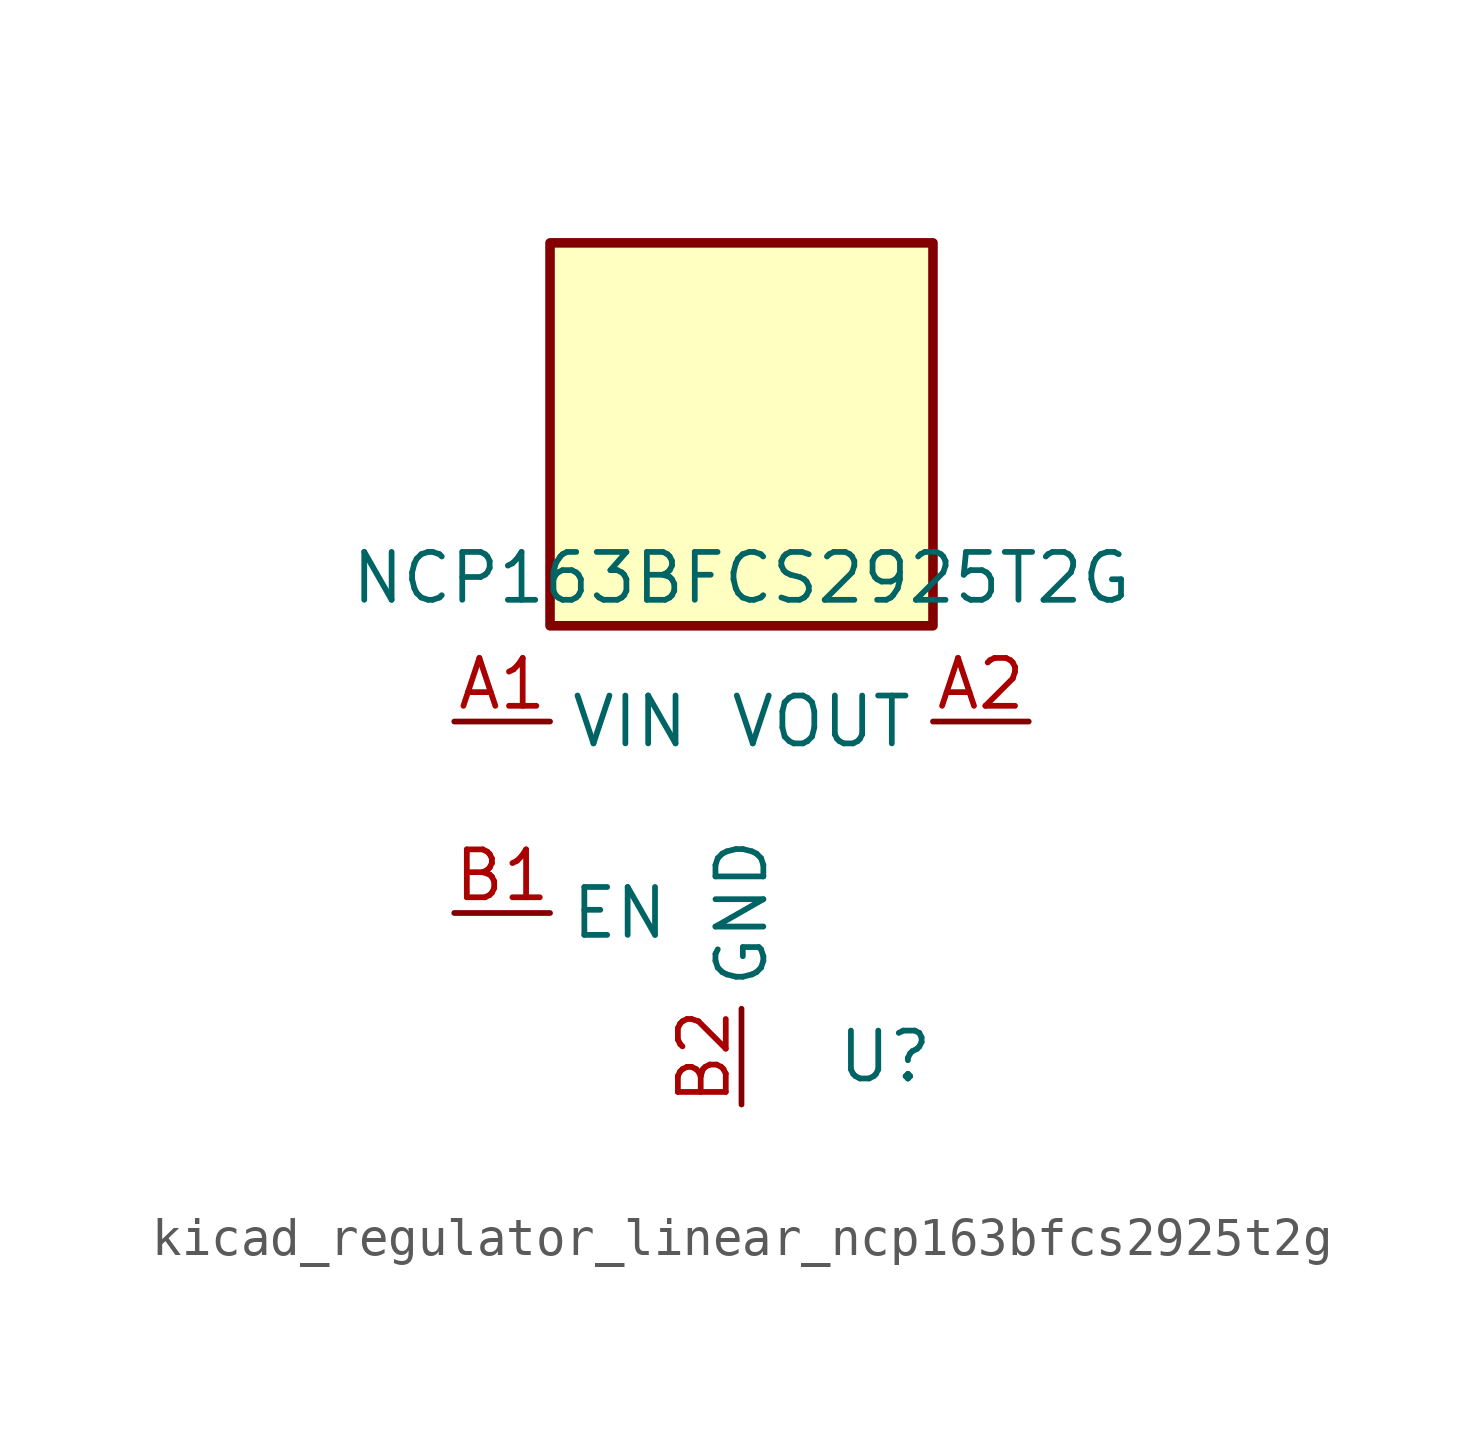
<source format=kicad_sym>
(kicad_symbol_lib
  (version 20220914)
  (generator kicad_symbol_editor)
  (symbol "kicad_regulator_linear_ncp163bfcs2925t2g"
    (property "Reference" "U"
      (at 3.81 -6.35 0)
      (effects (font (size 1.27 1.27))))
    (property "Value" "NCP163BFCS2925T2G"
      (at 0 6.35 0)
      (effects (font (size 1.27 1.27))))
    (symbol "kicad_regulator_linear_ncp163bfcs2925t2g_0_1"
      (rectangle (start 5.08 15.24) (end -5.08 5.08) (stroke (width 0.254) (type default)) (fill (type background))))
    (symbol "kicad_regulator_linear_ncp163bfcs2925t2g_1_1"
      (pin power_in line (at -7.62 2.54 0) (length 2.54) (name "VIN" (effects (font (size 1.27 1.27)))) (number "A1" (effects (font (size 1.27 1.27)))))
      (pin power_out line (at 7.62 2.54 180) (length 2.54) (name "VOUT" (effects (font (size 1.27 1.27)))) (number "A2" (effects (font (size 1.27 1.27)))))
      (pin input line (at -7.62 -2.54 0) (length 2.54) (name "EN" (effects (font (size 1.27 1.27)))) (number "B1" (effects (font (size 1.27 1.27)))))
      (pin power_in line (at 0 -7.62 90) (length 2.54) (name "GND" (effects (font (size 1.27 1.27)))) (number "B2" (effects (font (size 1.27 1.27))))))))
</source>
